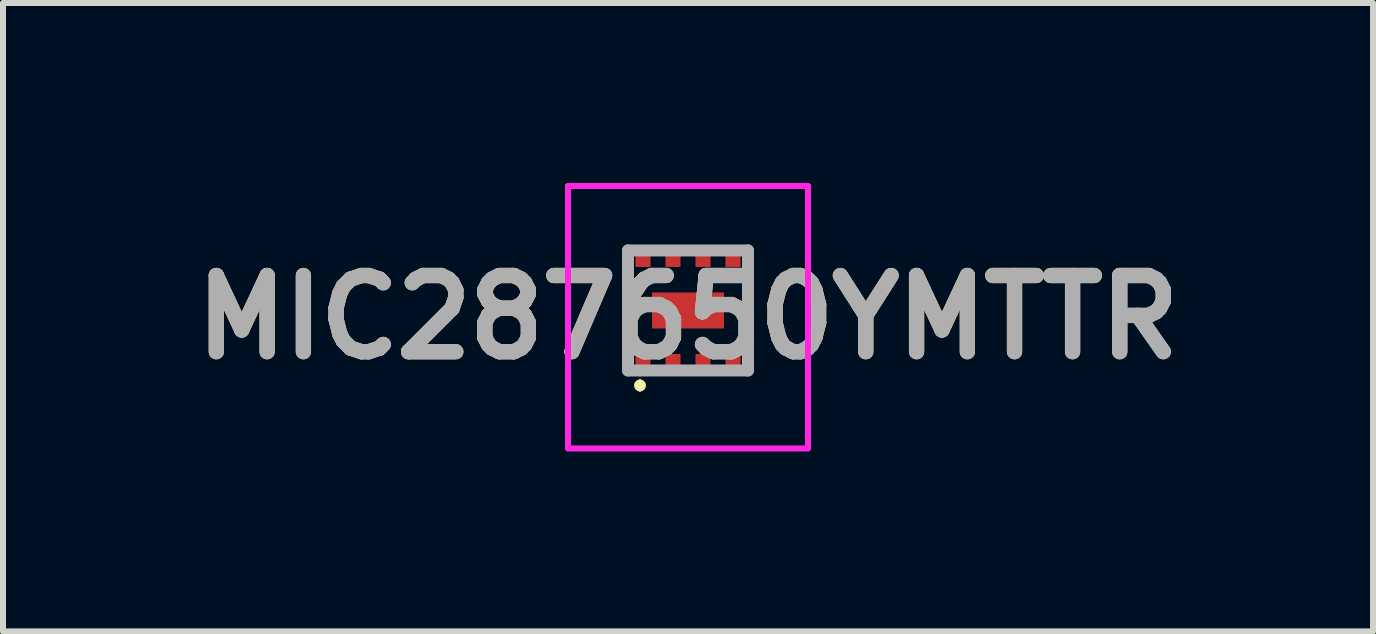
<source format=kicad_pcb>
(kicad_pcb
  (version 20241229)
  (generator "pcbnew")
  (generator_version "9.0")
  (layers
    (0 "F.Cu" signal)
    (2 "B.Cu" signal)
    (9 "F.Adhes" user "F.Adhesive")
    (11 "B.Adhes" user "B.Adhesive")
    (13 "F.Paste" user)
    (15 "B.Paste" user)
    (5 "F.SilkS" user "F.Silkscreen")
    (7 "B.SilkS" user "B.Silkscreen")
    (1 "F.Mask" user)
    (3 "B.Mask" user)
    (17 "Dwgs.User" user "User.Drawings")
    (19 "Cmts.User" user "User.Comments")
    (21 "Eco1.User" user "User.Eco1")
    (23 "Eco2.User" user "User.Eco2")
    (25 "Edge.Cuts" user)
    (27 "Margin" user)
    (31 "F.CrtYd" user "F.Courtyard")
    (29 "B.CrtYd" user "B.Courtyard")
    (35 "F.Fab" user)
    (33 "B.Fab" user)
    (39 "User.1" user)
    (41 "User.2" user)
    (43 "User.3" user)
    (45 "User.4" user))
  (footprint "MIC287650YMTTR"
    (layer "F.Cu")
    (at 8.418 2.125)
    (property "Reference" "MIC287650YMTTR" (at 0 0.113 0) (layer "F.SilkS") (effects (font (size 1.27 1.27) (thickness 0.254))))
    (attr smd)
    (fp_line (start -1 -0.6) (end -1 0.6) (stroke (width 0.1) (type solid)) (layer "F.SilkS"))
    (fp_line (start -0.8 1.2) (end -0.8 1.2) (stroke (width 0.1) (type solid)) (layer "F.SilkS"))
    (fp_line (start -0.8 1.3) (end -0.8 1.3) (stroke (width 0.1) (type solid)) (layer "F.SilkS"))
    (fp_line (start 1 -0.6) (end 1 0.6) (stroke (width 0.1) (type solid)) (layer "F.SilkS"))
    (fp_arc (start -0.8 1.2) (mid -0.75 1.25) (end -0.8 1.3) (stroke (width 0.1) (type solid)) (layer "F.SilkS"))
    (fp_arc (start -0.8 1.3) (mid -0.85 1.25) (end -0.8 1.2) (stroke (width 0.1) (type solid)) (layer "F.SilkS"))
    (fp_line (start -2 -2.075) (end 2 -2.075) (stroke (width 0.1) (type solid)) (layer "F.CrtYd"))
    (fp_line (start -2 2.3) (end -2 -2.075) (stroke (width 0.1) (type solid)) (layer "F.CrtYd"))
    (fp_line (start 2 -2.075) (end 2 2.3) (stroke (width 0.1) (type solid)) (layer "F.CrtYd"))
    (fp_line (start 2 2.3) (end -2 2.3) (stroke (width 0.1) (type solid)) (layer "F.CrtYd"))
    (fp_line (start -1 -1) (end 1 -1) (stroke (width 0.2) (type solid)) (layer "F.Fab"))
    (fp_line (start -1 1) (end -1 -1) (stroke (width 0.2) (type solid)) (layer "F.Fab"))
    (fp_line (start 1 -1) (end 1 1) (stroke (width 0.2) (type solid)) (layer "F.Fab"))
    (fp_line (start 1 1) (end -1 1) (stroke (width 0.2) (type solid)) (layer "F.Fab"))
    (fp_text user "${REFERENCE}" (at 0 0.113 0) (layer "F.Fab") (effects (font (size 1.27 1.27) (thickness 0.254))))
    (pad "1" smd rect (at -0.75 0.9) (size 0.25 0.35) (layers "F.Cu" "F.Mask" "F.Paste"))
    (pad "2" smd rect (at -0.25 0.9) (size 0.25 0.35) (layers "F.Cu" "F.Mask" "F.Paste"))
    (pad "3" smd rect (at 0.25 0.9) (size 0.25 0.35) (layers "F.Cu" "F.Mask" "F.Paste"))
    (pad "4" smd rect (at 0.75 0.9) (size 0.25 0.35) (layers "F.Cu" "F.Mask" "F.Paste"))
    (pad "5" smd rect (at 0.75 -0.9) (size 0.25 0.35) (layers "F.Cu" "F.Mask" "F.Paste"))
    (pad "6" smd rect (at 0.25 -0.9) (size 0.25 0.35) (layers "F.Cu" "F.Mask" "F.Paste"))
    (pad "7" smd rect (at -0.25 -0.9) (size 0.25 0.35) (layers "F.Cu" "F.Mask" "F.Paste"))
    (pad "8" smd rect (at -0.75 -0.9) (size 0.25 0.35) (layers "F.Cu" "F.Mask" "F.Paste"))
    (pad "9" smd rect (at 0 0 90) (size 0.6 1.2) (layers "F.Cu" "F.Mask" "F.Paste")))
  (gr_rect
    (start -3 -3)
    (end 19.837 7.475)
    (stroke (width 0.1) (type default))
    (fill no)
    (layer "Edge.Cuts")))
</source>
